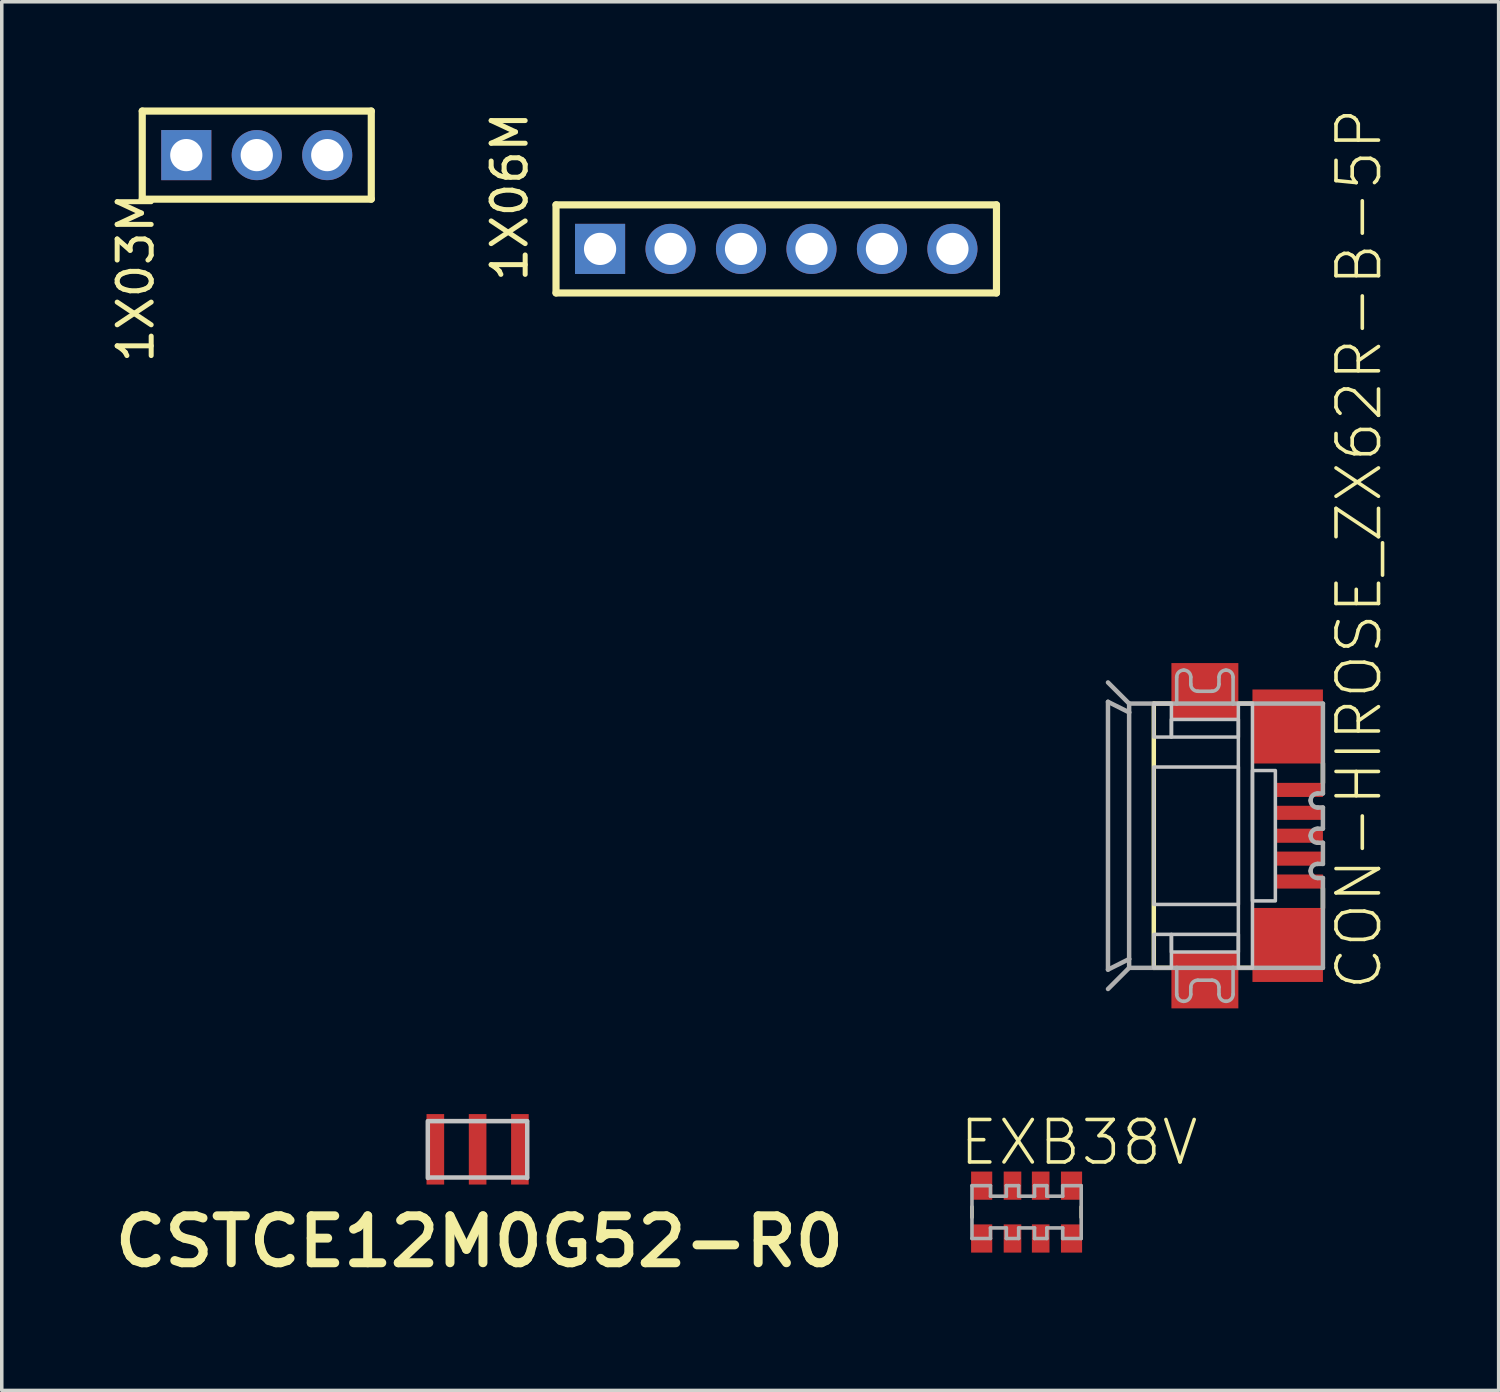
<source format=kicad_pcb>
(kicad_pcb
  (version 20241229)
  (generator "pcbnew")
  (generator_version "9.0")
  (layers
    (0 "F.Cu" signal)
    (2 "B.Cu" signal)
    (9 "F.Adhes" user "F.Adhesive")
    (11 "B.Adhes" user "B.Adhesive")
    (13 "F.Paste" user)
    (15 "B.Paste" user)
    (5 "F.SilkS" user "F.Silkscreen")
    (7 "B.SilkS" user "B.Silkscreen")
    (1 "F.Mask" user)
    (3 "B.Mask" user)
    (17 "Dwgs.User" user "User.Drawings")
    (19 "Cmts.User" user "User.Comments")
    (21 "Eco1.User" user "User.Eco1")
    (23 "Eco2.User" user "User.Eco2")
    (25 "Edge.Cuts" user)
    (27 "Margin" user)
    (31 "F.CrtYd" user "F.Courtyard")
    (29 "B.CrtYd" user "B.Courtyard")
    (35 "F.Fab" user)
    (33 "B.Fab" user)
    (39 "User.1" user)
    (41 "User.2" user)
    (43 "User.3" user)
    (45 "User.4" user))
  (footprint "1X03M"
    (layer "F.Cu")
    (at 4.237 1.352)
    (property "Reference" "1X03M" (at -4 1 90) (layer "F.SilkS") (effects (font (size 0.965 0.965) (thickness 0.142)) (justify right top)))
    (attr through_hole)
    (fp_line (start -3.25 -1.25) (end 3.25 -1.25) (stroke (width 0.203) (type solid)) (layer "F.SilkS"))
    (fp_line (start -3.25 1.25) (end -3.25 -1.25) (stroke (width 0.203) (type solid)) (layer "F.SilkS"))
    (fp_line (start 3.25 -1.25) (end 3.25 1.25) (stroke (width 0.203) (type solid)) (layer "F.SilkS"))
    (fp_line (start 3.25 1.25) (end -3.25 1.25) (stroke (width 0.203) (type solid)) (layer "F.SilkS"))
    (fp_poly (pts (xy -2.25 0.25) (xy -1.75 0.25) (xy -1.75 -0.25) (xy -2.25 -0.25)) (stroke (width 0.1) (type solid)) (fill no) (layer "F.Fab"))
    (fp_poly (pts (xy -0.25 0.25) (xy 0.25 0.25) (xy 0.25 -0.25) (xy -0.25 -0.25)) (stroke (width 0.1) (type solid)) (fill no) (layer "F.Fab"))
    (fp_poly (pts (xy 1.75 -0.25) (xy 1.75 0.25) (xy 2.25 0.25) (xy 2.25 -0.25)) (stroke (width 0.1) (type solid)) (fill no) (layer "F.Fab"))
    (pad "1" thru_hole rect (at -2 0) (size 1.422 1.422) (drill 0.914) (layers "*.Cu" "*.Mask"))
    (pad "2" thru_hole circle (at 0 0) (size 1.422 1.422) (drill 0.914) (layers "*.Cu" "*.Mask"))
    (pad "3" thru_hole circle (at 2 0 270) (size 1.422 1.422) (drill 0.914) (layers "*.Cu" "*.Mask")))
  (footprint "1X06M"
    (layer "F.Cu")
    (at 18.98 4.014)
    (property "Reference" "1X06M" (at -7 1 90) (layer "F.SilkS") (effects (font (size 0.965 0.965) (thickness 0.142)) (justify left bottom)))
    (attr through_hole)
    (fp_line (start -6.25 -1.25) (end 6.25 -1.25) (stroke (width 0.203) (type solid)) (layer "F.SilkS"))
    (fp_line (start -6.25 1.25) (end -6.25 -1.25) (stroke (width 0.203) (type solid)) (layer "F.SilkS"))
    (fp_line (start 6.25 -1.25) (end 6.25 1.25) (stroke (width 0.203) (type solid)) (layer "F.SilkS"))
    (fp_line (start 6.25 1.25) (end -6.25 1.25) (stroke (width 0.203) (type solid)) (layer "F.SilkS"))
    (fp_poly (pts (xy -5.25 0.25) (xy -4.75 0.25) (xy -4.75 -0.25) (xy -5.25 -0.25)) (stroke (width 0.1) (type solid)) (fill no) (layer "F.Fab"))
    (fp_poly (pts (xy -3.25 0.25) (xy -2.75 0.25) (xy -2.75 -0.25) (xy -3.25 -0.25)) (stroke (width 0.1) (type solid)) (fill no) (layer "F.Fab"))
    (fp_poly (pts (xy -1.25 -0.25) (xy -1.25 0.25) (xy -0.75 0.25) (xy -0.75 -0.25)) (stroke (width 0.1) (type solid)) (fill no) (layer "F.Fab"))
    (fp_poly (pts (xy 0.75 -0.25) (xy 0.75 0.25) (xy 1.25 0.25) (xy 1.25 -0.25)) (stroke (width 0.1) (type solid)) (fill no) (layer "F.Fab"))
    (fp_poly (pts (xy 2.75 -0.25) (xy 2.75 0.25) (xy 3.25 0.25) (xy 3.25 -0.25)) (stroke (width 0.1) (type solid)) (fill no) (layer "F.Fab"))
    (fp_poly (pts (xy 4.75 -0.25) (xy 4.75 0.25) (xy 5.25 0.25) (xy 5.25 -0.25)) (stroke (width 0.1) (type solid)) (fill no) (layer "F.Fab"))
    (pad "1" thru_hole rect (at -5 0) (size 1.422 1.422) (drill 0.914) (layers "*.Cu" "*.Mask"))
    (pad "2" thru_hole circle (at -3 0) (size 1.422 1.422) (drill 0.914) (layers "*.Cu" "*.Mask"))
    (pad "3" thru_hole circle (at -1 0 270) (size 1.422 1.422) (drill 0.914) (layers "*.Cu" "*.Mask"))
    (pad "4" thru_hole circle (at 1 0 270) (size 1.422 1.422) (drill 0.914) (layers "*.Cu" "*.Mask"))
    (pad "5" thru_hole circle (at 3 0 270) (size 1.422 1.422) (drill 0.914) (layers "*.Cu" "*.Mask"))
    (pad "6" thru_hole circle (at 5 0 270) (size 1.422 1.422) (drill 0.914) (layers "*.Cu" "*.Mask")))
  (footprint "CSTCE12M0G52-R0"
    (layer "F.Cu")
    (at 10.505 29.568)
    (property "Reference" "CSTCE12M0G52-R0" (at 0.051 2.616 0) (unlocked yes) (layer "F.SilkS") (effects (font (size 1.333 1.402) (thickness 0.254))))
    (attr smd)
    (fp_line (start -1.414 -0.8) (end -1.414 0.813) (stroke (width 0.127) (type solid)) (layer "Dwgs.User"))
    (fp_line (start 1.4 -0.8) (end -1.4 -0.8) (stroke (width 0.127) (type solid)) (layer "Dwgs.User"))
    (fp_line (start 1.4 0.8) (end -1.4 0.8) (stroke (width 0.127) (type solid)) (layer "Dwgs.User"))
    (fp_line (start 1.408 -0.8) (end 1.408 0.813) (stroke (width 0.127) (type solid)) (layer "Dwgs.User"))
    (pad "1" smd rect (at 1.2 0 90) (size 2 0.5) (layers "F.Cu" "F.Mask" "F.Paste"))
    (pad "2" smd rect (at 0 0 90) (size 2 0.5) (layers "F.Cu" "F.Mask" "F.Paste"))
    (pad "3" smd rect (at -1.2 0 90) (size 2 0.5) (layers "F.Cu" "F.Mask" "F.Paste")))
  (footprint "EXB38V"
    (layer "F.Cu")
    (at 26.085 31.349)
    (property "Reference" "EXB38V" (at -1.972 -1.27 0) (layer "F.SilkS") (effects (font (size 1.206 1.206) (thickness 0.102)) (justify left bottom)))
    (attr through_hole)
    (fp_line (start -1.55 0.15) (end -1.55 -0.15) (stroke (width 0.102) (type solid)) (layer "F.SilkS"))
    (fp_line (start 1.55 -0.15) (end 1.55 0.15) (stroke (width 0.102) (type solid)) (layer "F.SilkS"))
    (fp_line (start -1.55 -0.75) (end -1.025 -0.75) (stroke (width 0.102) (type solid)) (layer "F.Fab"))
    (fp_line (start -1.55 0.75) (end -1.55 -0.75) (stroke (width 0.102) (type solid)) (layer "F.Fab"))
    (fp_line (start -1.025 -0.75) (end -1.025 -0.45) (stroke (width 0.102) (type solid)) (layer "F.Fab"))
    (fp_line (start -1.025 -0.45) (end -0.575 -0.45) (stroke (width 0.102) (type solid)) (layer "F.Fab"))
    (fp_line (start -1.025 0.45) (end -1.025 0.75) (stroke (width 0.102) (type solid)) (layer "F.Fab"))
    (fp_line (start -1.025 0.75) (end -1.55 0.75) (stroke (width 0.102) (type solid)) (layer "F.Fab"))
    (fp_line (start -0.575 -0.75) (end -0.225 -0.75) (stroke (width 0.102) (type solid)) (layer "F.Fab"))
    (fp_line (start -0.575 -0.45) (end -0.575 -0.75) (stroke (width 0.102) (type solid)) (layer "F.Fab"))
    (fp_line (start -0.575 0.45) (end -1.025 0.45) (stroke (width 0.102) (type solid)) (layer "F.Fab"))
    (fp_line (start -0.575 0.75) (end -0.575 0.45) (stroke (width 0.102) (type solid)) (layer "F.Fab"))
    (fp_line (start -0.225 -0.75) (end -0.225 -0.45) (stroke (width 0.102) (type solid)) (layer "F.Fab"))
    (fp_line (start -0.225 -0.45) (end 0.225 -0.45) (stroke (width 0.102) (type solid)) (layer "F.Fab"))
    (fp_line (start -0.225 0.45) (end -0.225 0.75) (stroke (width 0.102) (type solid)) (layer "F.Fab"))
    (fp_line (start -0.225 0.75) (end -0.575 0.75) (stroke (width 0.102) (type solid)) (layer "F.Fab"))
    (fp_line (start 0.225 -0.75) (end 0.575 -0.75) (stroke (width 0.102) (type solid)) (layer "F.Fab"))
    (fp_line (start 0.225 -0.45) (end 0.225 -0.75) (stroke (width 0.102) (type solid)) (layer "F.Fab"))
    (fp_line (start 0.225 0.45) (end -0.225 0.45) (stroke (width 0.102) (type solid)) (layer "F.Fab"))
    (fp_line (start 0.225 0.75) (end 0.225 0.45) (stroke (width 0.102) (type solid)) (layer "F.Fab"))
    (fp_line (start 0.575 -0.75) (end 0.575 -0.45) (stroke (width 0.102) (type solid)) (layer "F.Fab"))
    (fp_line (start 0.575 -0.45) (end 1.025 -0.45) (stroke (width 0.102) (type solid)) (layer "F.Fab"))
    (fp_line (start 0.575 0.45) (end 0.575 0.75) (stroke (width 0.102) (type solid)) (layer "F.Fab"))
    (fp_line (start 0.575 0.75) (end 0.225 0.75) (stroke (width 0.102) (type solid)) (layer "F.Fab"))
    (fp_line (start 1.025 -0.75) (end 1.55 -0.75) (stroke (width 0.102) (type solid)) (layer "F.Fab"))
    (fp_line (start 1.025 -0.45) (end 1.025 -0.75) (stroke (width 0.102) (type solid)) (layer "F.Fab"))
    (fp_line (start 1.025 0.45) (end 0.575 0.45) (stroke (width 0.102) (type solid)) (layer "F.Fab"))
    (fp_line (start 1.025 0.75) (end 1.025 0.45) (stroke (width 0.102) (type solid)) (layer "F.Fab"))
    (fp_line (start 1.55 -0.75) (end 1.55 0.75) (stroke (width 0.102) (type solid)) (layer "F.Fab"))
    (fp_line (start 1.55 0.75) (end 1.025 0.75) (stroke (width 0.102) (type solid)) (layer "F.Fab"))
    (pad "1" smd rect (at -1.275 0.75) (size 0.6 0.8) (layers "F.Cu" "F.Mask" "F.Paste"))
    (pad "2" smd rect (at -0.4 0.75) (size 0.5 0.8) (layers "F.Cu" "F.Mask" "F.Paste"))
    (pad "3" smd rect (at 0.4 0.75) (size 0.5 0.8) (layers "F.Cu" "F.Mask" "F.Paste"))
    (pad "4" smd rect (at 1.275 0.75) (size 0.6 0.8) (layers "F.Cu" "F.Mask" "F.Paste"))
    (pad "5" smd rect (at 1.275 -0.75 180) (size 0.6 0.8) (layers "F.Cu" "F.Mask" "F.Paste"))
    (pad "6" smd rect (at 0.4 -0.75 180) (size 0.5 0.8) (layers "F.Cu" "F.Mask" "F.Paste"))
    (pad "7" smd rect (at -0.4 -0.75 180) (size 0.5 0.8) (layers "F.Cu" "F.Mask" "F.Paste"))
    (pad "8" smd rect (at -1.275 -0.75 180) (size 0.6 0.8) (layers "F.Cu" "F.Mask" "F.Paste")))
  (footprint "CON-HIROSE_ZX62R-B-5P"
    (layer "F.Cu")
    (at 31.145 20.668)
    (property "Reference" "CON-HIROSE_ZX62R-B-5P" (at 5.08 4.445 90) (layer "F.SilkS") (effects (font (size 1.206 1.206) (thickness 0.102)) (justify left bottom)))
    (attr through_hole)
    (fp_line (start -1.45 -3.75) (end -0.95 -3.75) (stroke (width 0.127) (type solid)) (layer "F.SilkS"))
    (fp_line (start -1.45 3.75) (end -1.45 -3.75) (stroke (width 0.127) (type solid)) (layer "F.SilkS"))
    (fp_line (start -0.95 3.75) (end -1.45 3.75) (stroke (width 0.127) (type solid)) (layer "F.SilkS"))
    (fp_line (start 0.95 -3.75) (end 1.35 -3.75) (stroke (width 0.127) (type solid)) (layer "F.SilkS"))
    (fp_line (start 0.95 3.75) (end 1.35 3.75) (stroke (width 0.127) (type solid)) (layer "F.SilkS"))
    (fp_line (start 3.35 -1.5) (end 3.35 -2.05) (stroke (width 0.127) (type solid)) (layer "F.SilkS"))
    (fp_line (start 3.35 2.05) (end 3.35 1.5) (stroke (width 0.127) (type solid)) (layer "F.SilkS"))
    (fp_poly (pts (xy -1.45 -2.8) (xy -0.95 -2.8) (xy -0.95 -3.75) (xy -1.45 -3.75)) (stroke (width 0.1) (type solid)) (fill no) (layer "Dwgs.User"))
    (fp_poly (pts (xy -1.45 1.95) (xy 0.95 1.95) (xy 0.95 -1.95) (xy -1.45 -1.95)) (stroke (width 0.1) (type solid)) (fill no) (layer "Dwgs.User"))
    (fp_poly (pts (xy -1.45 3.75) (xy -0.95 3.75) (xy -0.95 2.8) (xy -1.45 2.8)) (stroke (width 0.1) (type solid)) (fill no) (layer "Dwgs.User"))
    (fp_poly (pts (xy -0.95 -2.8) (xy 0.95 -2.8) (xy 0.95 -3.3) (xy -0.95 -3.3)) (stroke (width 0.1) (type solid)) (fill no) (layer "Dwgs.User"))
    (fp_poly (pts (xy -0.95 3.3) (xy 0.95 3.3) (xy 0.95 2.8) (xy -0.95 2.8)) (stroke (width 0.1) (type solid)) (fill no) (layer "Dwgs.User"))
    (fp_poly (pts (xy 0.95 3.75) (xy 1.35 3.75) (xy 1.35 -3.75) (xy 0.95 -3.75)) (stroke (width 0.1) (type solid)) (fill no) (layer "Dwgs.User"))
    (fp_poly (pts (xy 1.35 1.85) (xy 2 1.85) (xy 2 -1.85) (xy 1.35 -1.85)) (stroke (width 0.1) (type solid)) (fill no) (layer "Dwgs.User"))
    (fp_line (start -2.75 -3.8) (end -2.75 3.8) (stroke (width 0.127) (type solid)) (layer "F.Fab"))
    (fp_line (start -2.75 3.8) (end -2.15 3.5) (stroke (width 0.127) (type solid)) (layer "F.Fab"))
    (fp_line (start -2.15 -3.75) (end -2.75 -4.35) (stroke (width 0.127) (type solid)) (layer "F.Fab"))
    (fp_line (start -2.15 -3.75) (end -2.15 -3.5) (stroke (width 0.127) (type solid)) (layer "F.Fab"))
    (fp_line (start -2.15 -3.5) (end -2.75 -3.8) (stroke (width 0.127) (type solid)) (layer "F.Fab"))
    (fp_line (start -2.15 -3.5) (end -2.15 3.5) (stroke (width 0.127) (type solid)) (layer "F.Fab"))
    (fp_line (start -2.15 3.5) (end -2.15 3.75) (stroke (width 0.127) (type solid)) (layer "F.Fab"))
    (fp_line (start -2.15 3.75) (end -2.75 4.35) (stroke (width 0.127) (type solid)) (layer "F.Fab"))
    (fp_line (start -2.15 3.75) (end -0.8 3.75) (stroke (width 0.127) (type solid)) (layer "F.Fab"))
    (fp_line (start -0.8 -3.75) (end -2.15 -3.75) (stroke (width 0.127) (type solid)) (layer "F.Fab"))
    (fp_line (start -0.8 -3.75) (end -0.8 -4.5) (stroke (width 0.102) (type solid)) (layer "F.Fab"))
    (fp_line (start -0.8 3.75) (end -0.8 4.5) (stroke (width 0.102) (type solid)) (layer "F.Fab"))
    (fp_line (start -0.8 3.75) (end 0.8 3.75) (stroke (width 0.127) (type solid)) (layer "F.Fab"))
    (fp_line (start -0.4 -4.5) (end -0.4 -4.3) (stroke (width 0.102) (type solid)) (layer "F.Fab"))
    (fp_line (start -0.4 4.5) (end -0.4 4.3) (stroke (width 0.102) (type solid)) (layer "F.Fab"))
    (fp_line (start -0.2 -4.1) (end 0.2 -4.1) (stroke (width 0.102) (type solid)) (layer "F.Fab"))
    (fp_line (start 0.2 4.1) (end -0.2 4.1) (stroke (width 0.102) (type solid)) (layer "F.Fab"))
    (fp_line (start 0.4 -4.5) (end 0.4 -4.3) (stroke (width 0.102) (type solid)) (layer "F.Fab"))
    (fp_line (start 0.4 4.5) (end 0.4 4.3) (stroke (width 0.102) (type solid)) (layer "F.Fab"))
    (fp_line (start 0.8 -3.75) (end -0.8 -3.75) (stroke (width 0.127) (type solid)) (layer "F.Fab"))
    (fp_line (start 0.8 -3.75) (end 0.8 -4.5) (stroke (width 0.102) (type solid)) (layer "F.Fab"))
    (fp_line (start 0.8 3.75) (end 0.8 4.5) (stroke (width 0.102) (type solid)) (layer "F.Fab"))
    (fp_line (start 0.8 3.75) (end 3.35 3.75) (stroke (width 0.127) (type solid)) (layer "F.Fab"))
    (fp_line (start 3.2 -1.2) (end 3.35 -1.2) (stroke (width 0.127) (type solid)) (layer "F.Fab"))
    (fp_line (start 3.2 -0.8) (end 3.35 -0.8) (stroke (width 0.127) (type solid)) (layer "F.Fab"))
    (fp_line (start 3.2 -0.2) (end 3.35 -0.2) (stroke (width 0.127) (type solid)) (layer "F.Fab"))
    (fp_line (start 3.2 0.2) (end 3.35 0.2) (stroke (width 0.127) (type solid)) (layer "F.Fab"))
    (fp_line (start 3.2 0.8) (end 3.35 0.8) (stroke (width 0.127) (type solid)) (layer "F.Fab"))
    (fp_line (start 3.2 1.2) (end 3.35 1.2) (stroke (width 0.127) (type solid)) (layer "F.Fab"))
    (fp_line (start 3.35 -3.75) (end 0.8 -3.75) (stroke (width 0.127) (type solid)) (layer "F.Fab"))
    (fp_line (start 3.35 -3.75) (end 3.35 -1.2) (stroke (width 0.127) (type solid)) (layer "F.Fab"))
    (fp_line (start 3.35 -0.2) (end 3.35 -0.8) (stroke (width 0.127) (type solid)) (layer "F.Fab"))
    (fp_line (start 3.35 0.8) (end 3.35 0.2) (stroke (width 0.127) (type solid)) (layer "F.Fab"))
    (fp_line (start 3.35 1.2) (end 3.35 3.75) (stroke (width 0.127) (type solid)) (layer "F.Fab"))
    (fp_arc (start -0.8 -4.5) (mid -0.741421 -4.641421) (end -0.6 -4.7) (stroke (width 0.1016) (type solid)) (layer "F.Fab"))
    (fp_arc (start -0.6 -4.7) (mid -0.458579 -4.641421) (end -0.4 -4.5) (stroke (width 0.1016) (type solid)) (layer "F.Fab"))
    (fp_arc (start -0.6 4.7) (mid -0.741421 4.641421) (end -0.8 4.5) (stroke (width 0.1016) (type solid)) (layer "F.Fab"))
    (fp_arc (start -0.4 4.3) (mid -0.341421 4.158578) (end -0.199999 4.099999) (stroke (width 0.1016) (type solid)) (layer "F.Fab"))
    (fp_arc (start -0.4 4.5) (mid -0.458579 4.641421) (end -0.6 4.7) (stroke (width 0.1016) (type solid)) (layer "F.Fab"))
    (fp_arc (start -0.199999 -4.099999) (mid -0.341421 -4.158578) (end -0.4 -4.3) (stroke (width 0.1016) (type solid)) (layer "F.Fab"))
    (fp_arc (start 0.199999 4.099999) (mid 0.341421 4.158578) (end 0.4 4.3) (stroke (width 0.1016) (type solid)) (layer "F.Fab"))
    (fp_arc (start 0.4 -4.5) (mid 0.458579 -4.641421) (end 0.6 -4.7) (stroke (width 0.1016) (type solid)) (layer "F.Fab"))
    (fp_arc (start 0.4 -4.3) (mid 0.341421 -4.158578) (end 0.199999 -4.099999) (stroke (width 0.1016) (type solid)) (layer "F.Fab"))
    (fp_arc (start 0.6 -4.7) (mid 0.741421 -4.641421) (end 0.8 -4.5) (stroke (width 0.1016) (type solid)) (layer "F.Fab"))
    (fp_arc (start 0.6 4.7) (mid 0.458579 4.641421) (end 0.4 4.5) (stroke (width 0.1016) (type solid)) (layer "F.Fab"))
    (fp_arc (start 0.8 4.5) (mid 0.741421 4.641421) (end 0.6 4.7) (stroke (width 0.1016) (type solid)) (layer "F.Fab"))
    (fp_arc (start 3 -1) (mid 3.058608 -1.141391) (end 3.199999 -1.199999) (stroke (width 0.127) (type solid)) (layer "F.Fab"))
    (fp_arc (start 3 0) (mid 3.058607 -0.141392) (end 3.199998 -0.2) (stroke (width 0.127) (type solid)) (layer "F.Fab"))
    (fp_arc (start 3 1) (mid 3.058607 0.858608) (end 3.199998 0.8) (stroke (width 0.127) (type solid)) (layer "F.Fab"))
    (fp_arc (start 3.2 -0.8) (mid 3.058608 -0.858607) (end 3 -0.999998) (stroke (width 0.127) (type solid)) (layer "F.Fab"))
    (fp_arc (start 3.2 0.2) (mid 3.058608 0.141393) (end 3 0.000002) (stroke (width 0.127) (type solid)) (layer "F.Fab"))
    (fp_arc (start 3.2 1.2) (mid 3.058608 1.141393) (end 2.999999 1.000001) (stroke (width 0.127) (type solid)) (layer "F.Fab"))
    (pad "1" smd rect (at 2.675 -1.3) (size 1.35 0.4) (layers "F.Cu" "F.Mask" "F.Paste"))
    (pad "2" smd rect (at 2.675 -0.65) (size 1.35 0.4) (layers "F.Cu" "F.Mask" "F.Paste"))
    (pad "3" smd rect (at 2.675 0) (size 1.35 0.4) (layers "F.Cu" "F.Mask" "F.Paste"))
    (pad "4" smd rect (at 2.675 0.65) (size 1.35 0.4) (layers "F.Cu" "F.Mask" "F.Paste"))
    (pad "5" smd rect (at 2.675 1.3) (size 1.35 0.4) (layers "F.Cu" "F.Mask" "F.Paste"))
    (pad "M1" smd rect (at 0 4.1) (size 1.9 1.6) (layers "F.Cu" "F.Mask" "F.Paste"))
    (pad "M2" smd rect (at 0 -4.1) (size 1.9 1.6) (layers "F.Cu" "F.Mask" "F.Paste"))
    (pad "M3" smd rect (at 2.35 -3.1) (size 2 2.1) (layers "F.Cu" "F.Mask" "F.Paste"))
    (pad "M4" smd rect (at 2.35 3.1) (size 2 2.1) (layers "F.Cu" "F.Mask" "F.Paste")))
  (gr_rect
    (start -3 -3)
    (end 39.482 36.41)
    (stroke (width 0.1) (type default))
    (fill no)
    (layer "Edge.Cuts")))
</source>
